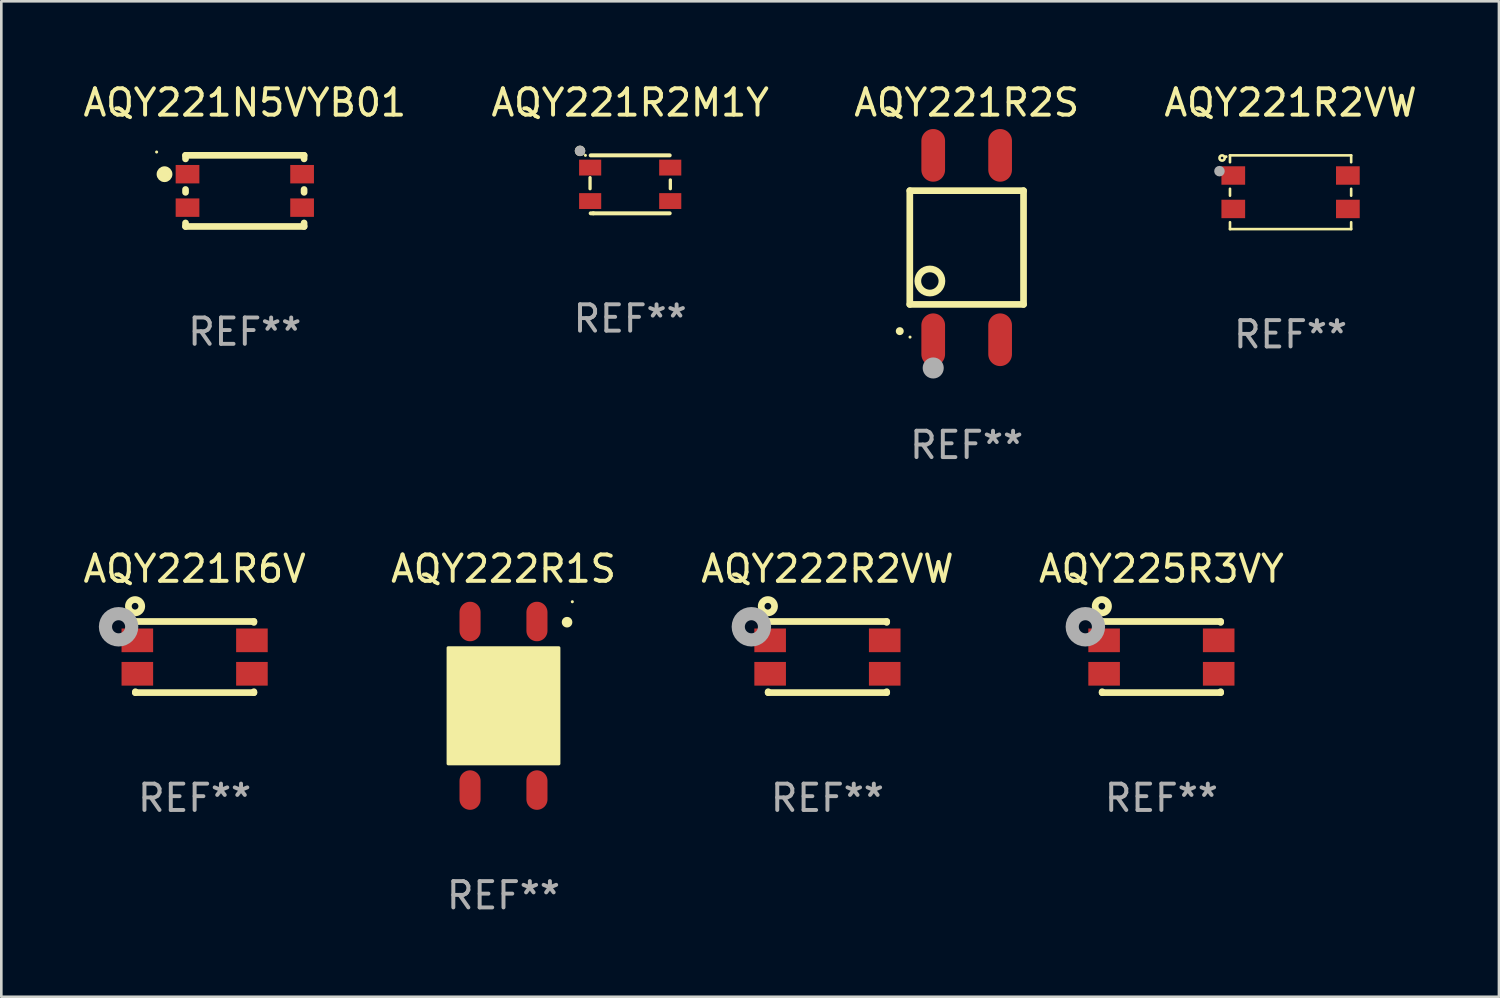
<source format=kicad_pcb>
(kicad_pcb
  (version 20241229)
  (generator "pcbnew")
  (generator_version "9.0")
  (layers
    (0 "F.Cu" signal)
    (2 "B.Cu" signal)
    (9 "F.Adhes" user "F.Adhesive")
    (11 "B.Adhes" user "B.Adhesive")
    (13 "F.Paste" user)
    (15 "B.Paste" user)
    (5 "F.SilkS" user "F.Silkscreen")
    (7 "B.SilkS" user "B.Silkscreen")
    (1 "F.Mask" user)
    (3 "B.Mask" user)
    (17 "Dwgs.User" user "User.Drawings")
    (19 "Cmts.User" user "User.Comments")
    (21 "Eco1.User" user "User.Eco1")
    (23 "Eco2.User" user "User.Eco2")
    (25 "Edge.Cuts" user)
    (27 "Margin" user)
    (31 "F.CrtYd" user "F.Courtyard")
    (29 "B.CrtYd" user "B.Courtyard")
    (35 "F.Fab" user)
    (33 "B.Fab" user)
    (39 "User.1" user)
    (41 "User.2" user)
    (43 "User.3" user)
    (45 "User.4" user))
  (footprint "AQY221R2S"
    (layer "F.Cu")
    (at 33.649 6.348)
    (property "Reference" "AQY221R2S" (at 0 -5.5 0) (layer "F.SilkS") (effects (font (size 1 1) (thickness 0.15))))
    (attr through_hole)
    (fp_line (start -2.159 -2.159) (end -2.159 2.159) (stroke (width 0.254) (type solid)) (layer "F.SilkS"))
    (fp_line (start -2.159 2.159) (end 2.159 2.159) (stroke (width 0.254) (type solid)) (layer "F.SilkS"))
    (fp_line (start 2.159 -2.159) (end -2.159 -2.159) (stroke (width 0.254) (type solid)) (layer "F.SilkS"))
    (fp_line (start 2.159 2.159) (end 2.159 -2.159) (stroke (width 0.254) (type solid)) (layer "F.SilkS"))
    (fp_arc (start -2.540005 3.174879) (mid -2.54001 3.173609) (end -2.540005 3.172339) (stroke (width 0.3) (type solid)) (layer "F.SilkS"))
    (fp_circle (center -2.15 3.4) (end -2.12 3.4) (stroke (width 0.06) (type solid)) (fill no) (layer "F.SilkS"))
    (fp_circle (center -1.397 1.27) (end -0.939 1.27) (stroke (width 0.254) (type solid)) (fill no) (layer "F.SilkS"))
    (fp_circle (center -1.27 4.572) (end -1.07 4.572) (stroke (width 0.4) (type solid)) (fill no) (layer "F.Fab"))
    (fp_text user "REF**" (at 0 7.5 0) (layer "F.Fab") (effects (font (size 1 1) (thickness 0.15))))
    (pad "1" smd oval (at -1.27 3.5) (size 0.9 2) (layers "F.Cu" "F.Mask" "F.Paste"))
    (pad "2" smd oval (at 1.27 3.5) (size 0.9 2) (layers "F.Cu" "F.Mask" "F.Paste"))
    (pad "3" smd oval (at 1.27 -3.5) (size 0.9 2) (layers "F.Cu" "F.Mask" "F.Paste"))
    (pad "4" smd oval (at -1.27 -3.5) (size 0.9 2) (layers "F.Cu" "F.Mask" "F.Paste")))
  (footprint "AQY221R2VW"
    (layer "F.Cu")
    (at 45.946 4.248)
    (property "Reference" "AQY221R2VW" (at 0 -3.4 0) (layer "F.SilkS") (effects (font (size 1 1) (thickness 0.15))))
    (attr through_hole)
    (fp_line (start -2.3 -1.4) (end 2.3 -1.4) (stroke (width 0.1) (type solid)) (layer "F.SilkS"))
    (fp_line (start -2.3 -1.139) (end -2.3 -1.4) (stroke (width 0.1) (type solid)) (layer "F.SilkS"))
    (fp_line (start -2.3 0.131) (end -2.3 -0.131) (stroke (width 0.1) (type solid)) (layer "F.SilkS"))
    (fp_line (start -2.3 1.4) (end -2.3 1.139) (stroke (width 0.1) (type solid)) (layer "F.SilkS"))
    (fp_line (start 2.3 -1.4) (end 2.3 -1.139) (stroke (width 0.1) (type solid)) (layer "F.SilkS"))
    (fp_line (start 2.3 -0.131) (end 2.3 0.131) (stroke (width 0.1) (type solid)) (layer "F.SilkS"))
    (fp_line (start 2.3 1.139) (end 2.3 1.4) (stroke (width 0.1) (type solid)) (layer "F.SilkS"))
    (fp_line (start 2.3 1.4) (end -2.3 1.4) (stroke (width 0.1) (type solid)) (layer "F.SilkS"))
    (fp_circle (center -2.6 -1.3) (end -2.5 -1.3) (stroke (width 0.1) (type solid)) (fill no) (layer "F.SilkS"))
    (fp_circle (center -2.45 -1.35) (end -2.42 -1.35) (stroke (width 0.06) (type solid)) (fill no) (layer "F.SilkS"))
    (fp_circle (center -2.7 -0.8) (end -2.6 -0.8) (stroke (width 0.2) (type solid)) (fill no) (layer "F.Fab"))
    (fp_text user "REF**" (at 0 5.4 0) (layer "F.Fab") (effects (font (size 1 1) (thickness 0.15))))
    (pad "1" smd rect (at -2.175 -0.635) (size 0.9 0.7) (layers "F.Cu" "F.Mask" "F.Paste"))
    (pad "2" smd rect (at -2.175 0.635) (size 0.9 0.7) (layers "F.Cu" "F.Mask" "F.Paste"))
    (pad "3" smd rect (at 2.175 0.635) (size 0.9 0.7) (layers "F.Cu" "F.Mask" "F.Paste"))
    (pad "4" smd rect (at 2.175 -0.635) (size 0.9 0.7) (layers "F.Cu" "F.Mask" "F.Paste")))
  (footprint "AQY221N5VYB01"
    (layer "F.Cu")
    (at 6.244 4.198)
    (property "Reference" "AQY221N5VYB01" (at 0 -3.35 0) (layer "F.SilkS") (effects (font (size 1 1) (thickness 0.15))))
    (attr through_hole)
    (fp_line (start -2.25 -1.35) (end -2.25 -1.216) (stroke (width 0.254) (type solid)) (layer "F.SilkS"))
    (fp_line (start -2.25 -1.35) (end 2.25 -1.35) (stroke (width 0.254) (type solid)) (layer "F.SilkS"))
    (fp_line (start -2.25 -0.054) (end -2.25 0.054) (stroke (width 0.254) (type solid)) (layer "F.SilkS"))
    (fp_line (start -2.25 1.216) (end -2.25 1.35) (stroke (width 0.254) (type solid)) (layer "F.SilkS"))
    (fp_line (start -2.25 1.35) (end 2.25 1.35) (stroke (width 0.254) (type solid)) (layer "F.SilkS"))
    (fp_line (start 2.25 -1.35) (end 2.25 -1.216) (stroke (width 0.254) (type solid)) (layer "F.SilkS"))
    (fp_line (start 2.25 -0.054) (end 2.25 0.054) (stroke (width 0.254) (type solid)) (layer "F.SilkS"))
    (fp_line (start 2.25 1.216) (end 2.25 1.35) (stroke (width 0.254) (type solid)) (layer "F.SilkS"))
    (fp_circle (center -3.348 -1.477) (end -3.318 -1.477) (stroke (width 0.06) (type solid)) (fill no) (layer "F.SilkS"))
    (fp_circle (center -3.048 -0.635) (end -2.898 -0.635) (stroke (width 0.3) (type solid)) (fill no) (layer "F.SilkS"))
    (fp_text user "REF**" (at 0 5.35 0) (layer "F.Fab") (effects (font (size 1 1) (thickness 0.15))))
    (pad "1" smd rect (at -2.175 -0.635) (size 0.9 0.7) (layers "F.Cu" "F.Mask" "F.Paste"))
    (pad "2" smd rect (at -2.175 0.635) (size 0.9 0.7) (layers "F.Cu" "F.Mask" "F.Paste"))
    (pad "3" smd rect (at 2.175 0.635) (size 0.9 0.7) (layers "F.Cu" "F.Mask" "F.Paste"))
    (pad "4" smd rect (at 2.175 -0.635) (size 0.9 0.7) (layers "F.Cu" "F.Mask" "F.Paste")))
  (footprint "AQY221R2M1Y"
    (layer "F.Cu")
    (at 20.875 3.948)
    (property "Reference" "AQY221R2M1Y" (at 0 -3.1 0) (layer "F.SilkS") (effects (font (size 1 1) (thickness 0.15))))
    (attr through_hole)
    (fp_line (start -1.524 -0.254) (end -1.524 0.167) (stroke (width 0.125) (type solid)) (layer "F.SilkS"))
    (fp_line (start -1.4 1.1) (end -1.5 1.1) (stroke (width 0.152) (type solid)) (layer "F.SilkS"))
    (fp_line (start 1.5 -1.1) (end -1.5 -1.1) (stroke (width 0.152) (type solid)) (layer "F.SilkS"))
    (fp_line (start 1.5 1.1) (end -1.4 1.1) (stroke (width 0.152) (type solid)) (layer "F.SilkS"))
    (fp_line (start 1.524 0.167) (end 1.524 -0.167) (stroke (width 0.125) (type solid)) (layer "F.SilkS"))
    (fp_circle (center -1.905 -1.27) (end -1.805 -1.27) (stroke (width 0.2) (type solid)) (fill no) (layer "F.SilkS"))
    (fp_circle (center -1.7 -1.1) (end -1.67 -1.1) (stroke (width 0.06) (type solid)) (fill no) (layer "F.SilkS"))
    (fp_circle (center -1.905 -1.27) (end -1.805 -1.27) (stroke (width 0.2) (type solid)) (fill no) (layer "F.Fab"))
    (fp_text user "REF**" (at 0 5.1 0) (layer "F.Fab") (effects (font (size 1 1) (thickness 0.15))))
    (pad "1" smd rect (at -1.52 -0.635 270) (size 0.602 0.84) (layers "F.Cu" "F.Mask" "F.Paste"))
    (pad "2" smd rect (at -1.52 0.635 270) (size 0.602 0.84) (layers "F.Cu" "F.Mask" "F.Paste"))
    (pad "3" smd rect (at 1.52 0.635 270) (size 0.602 0.84) (layers "F.Cu" "F.Mask" "F.Paste"))
    (pad "4" smd rect (at 1.52 -0.635 270) (size 0.602 0.84) (layers "F.Cu" "F.Mask" "F.Paste")))
  (footprint "AQY221R6V"
    (layer "F.Cu")
    (at 4.339 21.895)
    (property "Reference" "AQY221R6V" (at 0 -3.35 0) (layer "F.SilkS") (effects (font (size 1 1) (thickness 0.15))))
    (attr through_hole)
    (fp_line (start -2.25 -1.35) (end 2.25 -1.35) (stroke (width 0.254) (type solid)) (layer "F.SilkS"))
    (fp_line (start -2.25 -1.316) (end -2.25 -1.35) (stroke (width 0.254) (type solid)) (layer "F.SilkS"))
    (fp_line (start -2.25 1.35) (end -2.25 1.316) (stroke (width 0.254) (type solid)) (layer "F.SilkS"))
    (fp_line (start -2.25 1.35) (end 2.25 1.35) (stroke (width 0.254) (type solid)) (layer "F.SilkS"))
    (fp_line (start 2.25 -1.35) (end 2.25 -1.316) (stroke (width 0.254) (type solid)) (layer "F.SilkS"))
    (fp_line (start 2.25 1.316) (end 2.25 1.35) (stroke (width 0.254) (type solid)) (layer "F.SilkS"))
    (fp_circle (center -2.425 -1.35) (end -2.395 -1.35) (stroke (width 0.06) (type solid)) (fill no) (layer "F.SilkS"))
    (fp_circle (center -2.261 -1.93) (end -2.007 -1.93) (stroke (width 0.254) (type solid)) (fill no) (layer "F.SilkS"))
    (fp_circle (center -2.887 -1.15) (end -2.638 -1.15) (stroke (width 0.5) (type solid)) (fill no) (layer "F.Fab"))
    (fp_text user "REF**" (at 0 5.35 0) (layer "F.Fab") (effects (font (size 1 1) (thickness 0.15))))
    (pad "1" smd rect (at -2.175 -0.635 90) (size 0.899 1.199) (layers "F.Cu" "F.Mask" "F.Paste"))
    (pad "2" smd rect (at -2.175 0.635 90) (size 0.899 1.199) (layers "F.Cu" "F.Mask" "F.Paste"))
    (pad "3" smd rect (at 2.175 0.635 90) (size 0.899 1.199) (layers "F.Cu" "F.Mask" "F.Paste"))
    (pad "4" smd rect (at 2.175 -0.635 90) (size 0.899 1.199) (layers "F.Cu" "F.Mask" "F.Paste")))
  (footprint "AQY222R2VW"
    (layer "F.Cu")
    (at 28.363 21.895)
    (property "Reference" "AQY222R2VW" (at 0 -3.35 0) (layer "F.SilkS") (effects (font (size 1 1) (thickness 0.15))))
    (attr through_hole)
    (fp_line (start -2.25 -1.35) (end 2.25 -1.35) (stroke (width 0.254) (type solid)) (layer "F.SilkS"))
    (fp_line (start -2.25 -1.316) (end -2.25 -1.35) (stroke (width 0.254) (type solid)) (layer "F.SilkS"))
    (fp_line (start -2.25 1.35) (end -2.25 1.316) (stroke (width 0.254) (type solid)) (layer "F.SilkS"))
    (fp_line (start -2.25 1.35) (end 2.25 1.35) (stroke (width 0.254) (type solid)) (layer "F.SilkS"))
    (fp_line (start 2.25 -1.35) (end 2.25 -1.316) (stroke (width 0.254) (type solid)) (layer "F.SilkS"))
    (fp_line (start 2.25 1.316) (end 2.25 1.35) (stroke (width 0.254) (type solid)) (layer "F.SilkS"))
    (fp_circle (center -2.425 -1.35) (end -2.395 -1.35) (stroke (width 0.06) (type solid)) (fill no) (layer "F.SilkS"))
    (fp_circle (center -2.261 -1.93) (end -2.007 -1.93) (stroke (width 0.254) (type solid)) (fill no) (layer "F.SilkS"))
    (fp_circle (center -2.887 -1.15) (end -2.638 -1.15) (stroke (width 0.5) (type solid)) (fill no) (layer "F.Fab"))
    (fp_text user "REF**" (at 0 5.35 0) (layer "F.Fab") (effects (font (size 1 1) (thickness 0.15))))
    (pad "1" smd rect (at -2.175 -0.635 90) (size 0.899 1.199) (layers "F.Cu" "F.Mask" "F.Paste"))
    (pad "2" smd rect (at -2.175 0.635 90) (size 0.899 1.199) (layers "F.Cu" "F.Mask" "F.Paste"))
    (pad "3" smd rect (at 2.175 0.635 90) (size 0.899 1.199) (layers "F.Cu" "F.Mask" "F.Paste"))
    (pad "4" smd rect (at 2.175 -0.635 90) (size 0.899 1.199) (layers "F.Cu" "F.Mask" "F.Paste")))
  (footprint "AQY225R3VY"
    (layer "F.Cu")
    (at 41.042 21.895)
    (property "Reference" "AQY225R3VY" (at 0 -3.35 0) (layer "F.SilkS") (effects (font (size 1 1) (thickness 0.15))))
    (attr through_hole)
    (fp_line (start -2.25 -1.35) (end 2.25 -1.35) (stroke (width 0.254) (type solid)) (layer "F.SilkS"))
    (fp_line (start -2.25 -1.316) (end -2.25 -1.35) (stroke (width 0.254) (type solid)) (layer "F.SilkS"))
    (fp_line (start -2.25 1.35) (end -2.25 1.316) (stroke (width 0.254) (type solid)) (layer "F.SilkS"))
    (fp_line (start -2.25 1.35) (end 2.25 1.35) (stroke (width 0.254) (type solid)) (layer "F.SilkS"))
    (fp_line (start 2.25 -1.35) (end 2.25 -1.316) (stroke (width 0.254) (type solid)) (layer "F.SilkS"))
    (fp_line (start 2.25 1.316) (end 2.25 1.35) (stroke (width 0.254) (type solid)) (layer "F.SilkS"))
    (fp_circle (center -2.425 -1.35) (end -2.395 -1.35) (stroke (width 0.06) (type solid)) (fill no) (layer "F.SilkS"))
    (fp_circle (center -2.261 -1.93) (end -2.007 -1.93) (stroke (width 0.254) (type solid)) (fill no) (layer "F.SilkS"))
    (fp_circle (center -2.887 -1.15) (end -2.638 -1.15) (stroke (width 0.5) (type solid)) (fill no) (layer "F.Fab"))
    (fp_text user "REF**" (at 0 5.35 0) (layer "F.Fab") (effects (font (size 1 1) (thickness 0.15))))
    (pad "1" smd rect (at -2.175 -0.635 90) (size 0.899 1.199) (layers "F.Cu" "F.Mask" "F.Paste"))
    (pad "2" smd rect (at -2.175 0.635 90) (size 0.899 1.199) (layers "F.Cu" "F.Mask" "F.Paste"))
    (pad "3" smd rect (at 2.175 0.635 90) (size 0.899 1.199) (layers "F.Cu" "F.Mask" "F.Paste"))
    (pad "4" smd rect (at 2.175 -0.635 90) (size 0.899 1.199) (layers "F.Cu" "F.Mask" "F.Paste")))
  (footprint "AQY222R1S"
    (layer "F.Cu")
    (at 16.065 23.745)
    (property "Reference" "AQY222R1S" (at 0 -5.2 0) (layer "F.SilkS") (effects (font (size 1 1) (thickness 0.15))))
    (attr through_hole)
    (fp_arc (start 2.41303 -3.172695) (mid 2.413026 -3.173965) (end 2.41303 -3.175235) (stroke (width 0.4) (type solid)) (layer "F.SilkS"))
    (fp_circle (center 2.613 -3.95) (end 2.643 -3.95) (stroke (width 0.06) (type solid)) (fill no) (layer "F.SilkS"))
    (fp_poly (pts (xy -2.1 -2.2) (xy 2.1 -2.2) (xy 2.1 2.2) (xy -2.1 2.2)) (stroke (width 0.12) (type solid)) (fill yes) (layer "F.SilkS"))
    (fp_text user "REF**" (at 0 7.2 0) (layer "F.Fab") (effects (font (size 1 1) (thickness 0.15))))
    (pad "1" smd oval (at 1.27 -3.2) (size 0.8 1.5) (layers "F.Cu" "F.Mask" "F.Paste"))
    (pad "2" smd oval (at -1.27 -3.2) (size 0.8 1.5) (layers "F.Cu" "F.Mask" "F.Paste"))
    (pad "3" smd oval (at -1.27 3.2) (size 0.8 1.5) (layers "F.Cu" "F.Mask" "F.Paste"))
    (pad "4" smd oval (at 1.27 3.2) (size 0.8 1.5) (layers "F.Cu" "F.Mask" "F.Paste")))
  (gr_rect
    (start -3 -3)
    (end 53.857 34.793)
    (stroke (width 0.1) (type default))
    (fill no)
    (layer "Edge.Cuts")))
</source>
